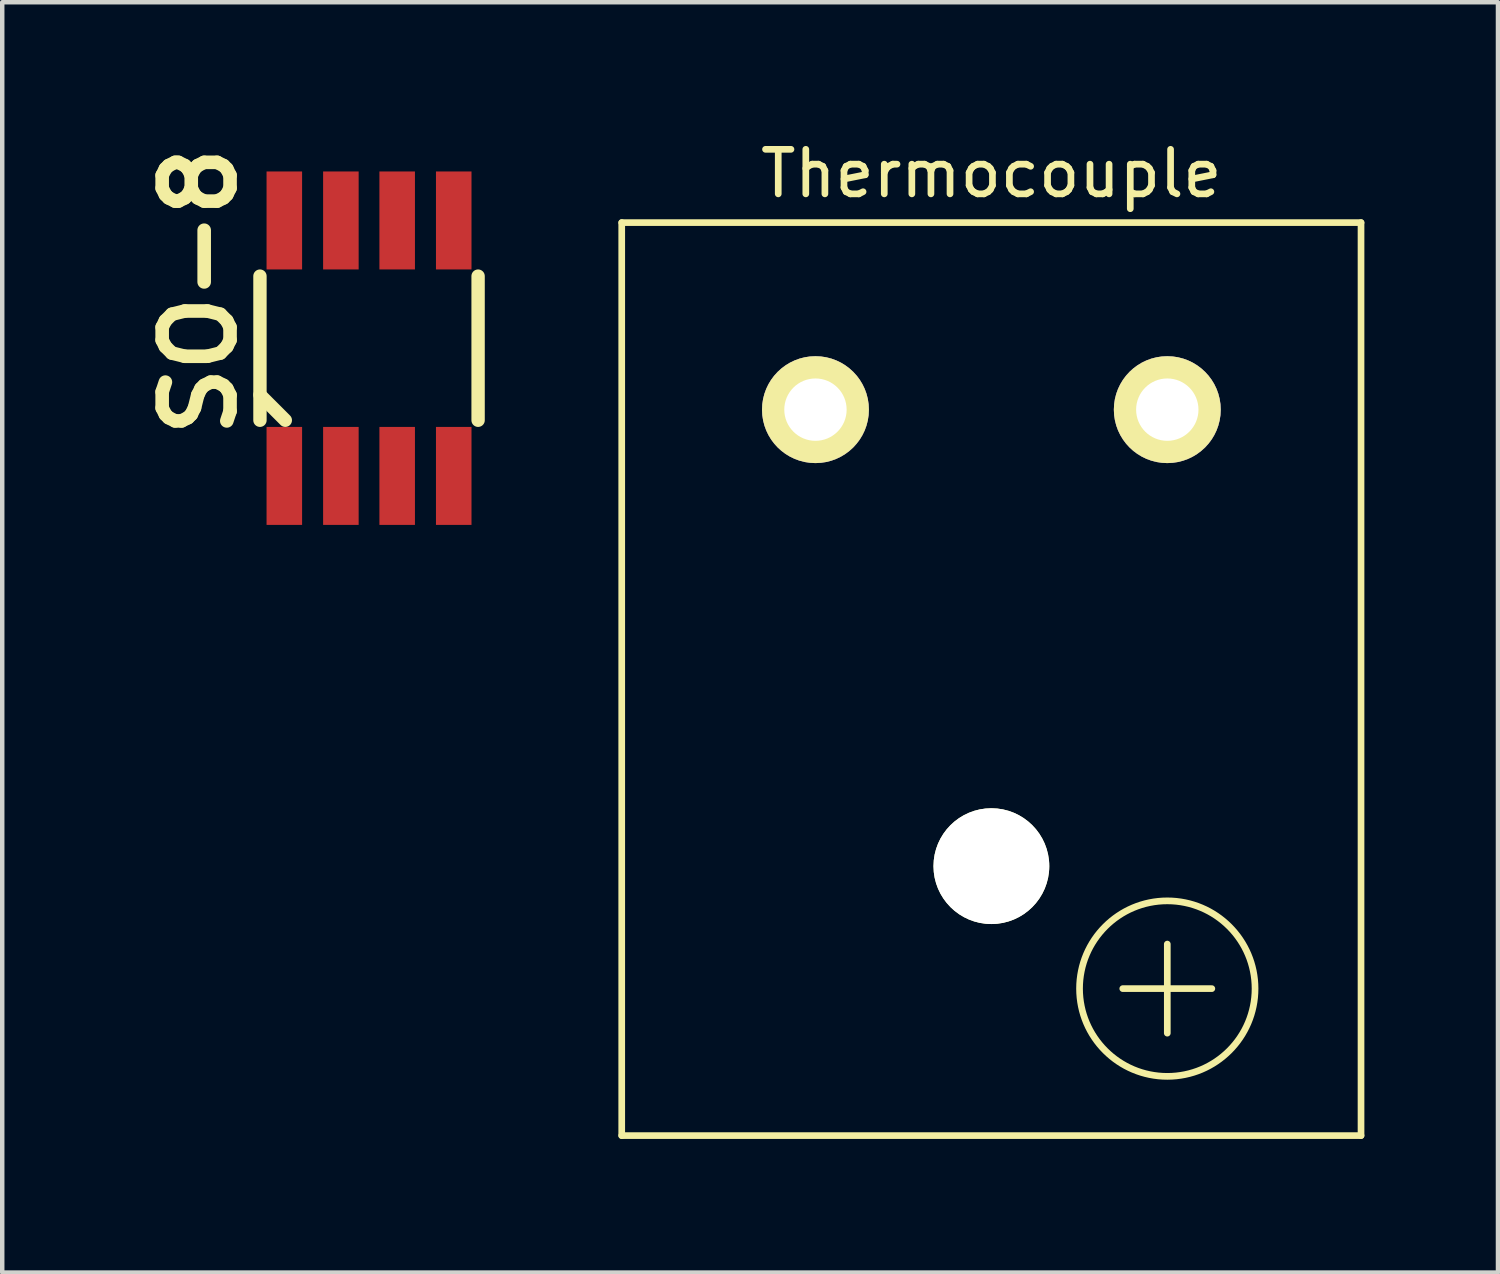
<source format=kicad_pcb>
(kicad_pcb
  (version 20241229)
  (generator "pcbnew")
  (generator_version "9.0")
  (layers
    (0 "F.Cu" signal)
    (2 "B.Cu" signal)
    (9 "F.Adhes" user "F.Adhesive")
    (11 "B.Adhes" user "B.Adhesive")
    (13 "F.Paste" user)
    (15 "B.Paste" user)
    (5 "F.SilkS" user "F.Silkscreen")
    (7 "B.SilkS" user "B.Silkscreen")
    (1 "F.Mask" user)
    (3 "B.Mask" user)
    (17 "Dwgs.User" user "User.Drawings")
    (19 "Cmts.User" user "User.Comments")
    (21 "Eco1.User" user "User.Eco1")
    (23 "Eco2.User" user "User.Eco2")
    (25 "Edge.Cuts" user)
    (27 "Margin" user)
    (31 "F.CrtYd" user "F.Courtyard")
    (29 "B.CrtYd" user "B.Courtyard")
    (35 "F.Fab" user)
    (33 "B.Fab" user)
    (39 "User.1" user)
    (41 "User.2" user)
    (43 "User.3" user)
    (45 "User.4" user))
  (footprint "Thermocouple"
    (layer "F.Cu")
    (at 19.21 6.148)
    (property "Reference" "Thermocouple" (at 0 -5.3 0) (layer "F.SilkS") (effects (font (size 1 1) (thickness 0.15))))
    (attr through_hole)
    (fp_line (start -8.3 -4.2) (end 8.3 -4.2) (stroke (width 0.15) (type solid)) (layer "F.SilkS"))
    (fp_line (start -8.3 16.3) (end -8.3 -4.2) (stroke (width 0.15) (type solid)) (layer "F.SilkS"))
    (fp_line (start 2.95 13) (end 4.95 13) (stroke (width 0.15) (type solid)) (layer "F.SilkS"))
    (fp_line (start 3.95 12) (end 3.95 14) (stroke (width 0.15) (type solid)) (layer "F.SilkS"))
    (fp_line (start 8.3 -4.2) (end 8.3 16.3) (stroke (width 0.15) (type solid)) (layer "F.SilkS"))
    (fp_line (start 8.3 16.3) (end -8.3 16.3) (stroke (width 0.15) (type solid)) (layer "F.SilkS"))
    (fp_circle (center 3.95 13) (end 5.1 14.6) (stroke (width 0.15) (type solid)) (fill no) (layer "F.SilkS"))
    (pad "" np_thru_hole circle (at 0 10.25) (size 2.6 2.6) (drill 2.6) (layers "*.Cu" "*.Mask" "F.SilkS"))
    (pad "1" thru_hole circle (at 3.95 0) (size 2.4 2.4) (drill 1.4) (layers "*.Cu" "*.Mask" "F.SilkS"))
    (pad "2" thru_hole circle (at -3.95 0) (size 2.4 2.4) (drill 1.4) (layers "*.Cu" "*.Mask" "F.SilkS")))
  (footprint "SO-8"
    (layer "F.Cu")
    (at 5.236 4.768)
    (property "Reference" "SO-8" (at -3.81 -1.27 90) (layer "F.SilkS") (effects (font (size 1.524 1.524) (thickness 0.305))))
    (attr through_hole)
    (fp_line (start -2.449 -1.618) (end -2.449 1.618) (stroke (width 0.3) (type solid)) (layer "F.SilkS"))
    (fp_line (start -2.449 1.049) (end -1.88 1.618) (stroke (width 0.3) (type solid)) (layer "F.SilkS"))
    (fp_line (start 2.449 -1.618) (end 2.449 1.618) (stroke (width 0.3) (type solid)) (layer "F.SilkS"))
    (pad "1" smd rect (at -1.902 2.868 180) (size 0.798 2.2) (layers "F.Cu" "F.Mask" "F.Paste"))
    (pad "2" smd rect (at -0.632 2.868 180) (size 0.798 2.2) (layers "F.Cu" "F.Mask" "F.Paste"))
    (pad "3" smd rect (at 0.632 2.868 180) (size 0.798 2.2) (layers "F.Cu" "F.Mask" "F.Paste"))
    (pad "4" smd rect (at 1.902 2.868 180) (size 0.798 2.2) (layers "F.Cu" "F.Mask" "F.Paste"))
    (pad "5" smd rect (at 1.902 -2.868) (size 0.798 2.2) (layers "F.Cu" "F.Mask" "F.Paste"))
    (pad "6" smd rect (at 0.632 -2.868) (size 0.798 2.2) (layers "F.Cu" "F.Mask" "F.Paste"))
    (pad "7" smd rect (at -0.632 -2.868) (size 0.798 2.2) (layers "F.Cu" "F.Mask" "F.Paste"))
    (pad "8" smd rect (at -1.902 -2.868) (size 0.798 2.2) (layers "F.Cu" "F.Mask" "F.Paste")))
  (gr_rect
    (start -3 -3)
    (end 30.585 25.523)
    (stroke (width 0.1) (type default))
    (fill no)
    (layer "Edge.Cuts")))
</source>
